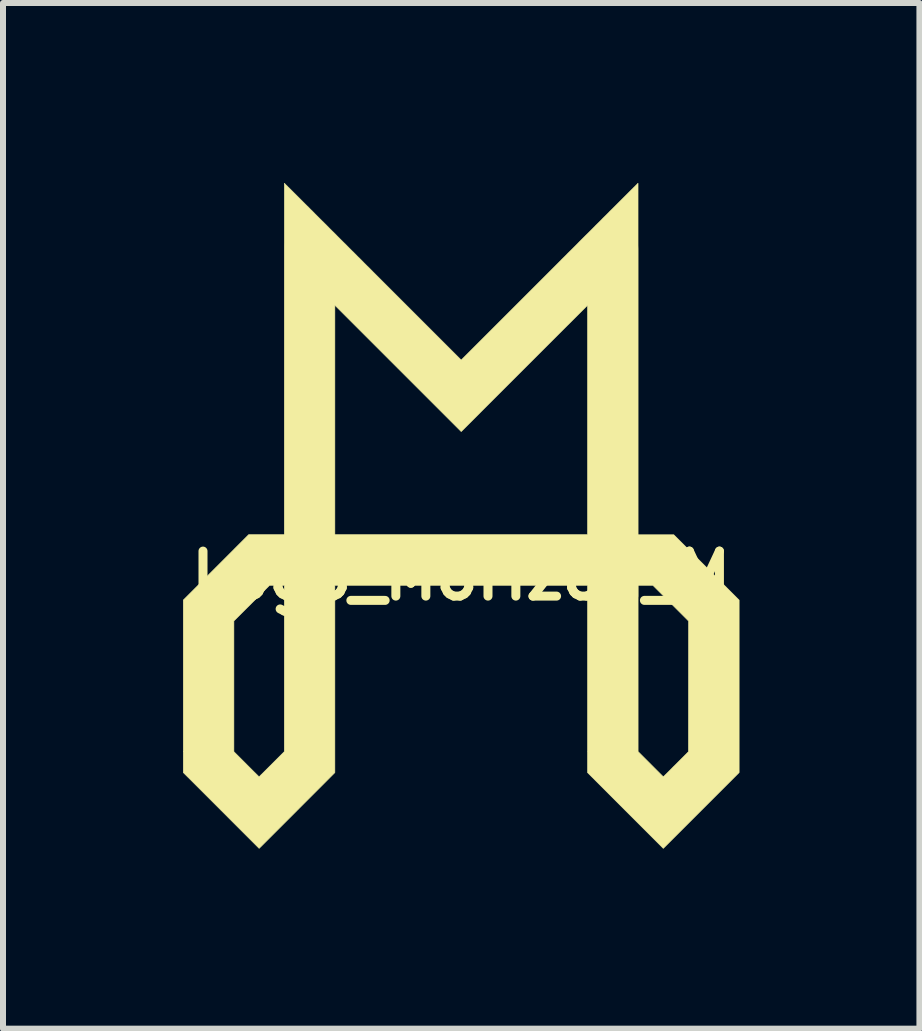
<source format=kicad_pcb>
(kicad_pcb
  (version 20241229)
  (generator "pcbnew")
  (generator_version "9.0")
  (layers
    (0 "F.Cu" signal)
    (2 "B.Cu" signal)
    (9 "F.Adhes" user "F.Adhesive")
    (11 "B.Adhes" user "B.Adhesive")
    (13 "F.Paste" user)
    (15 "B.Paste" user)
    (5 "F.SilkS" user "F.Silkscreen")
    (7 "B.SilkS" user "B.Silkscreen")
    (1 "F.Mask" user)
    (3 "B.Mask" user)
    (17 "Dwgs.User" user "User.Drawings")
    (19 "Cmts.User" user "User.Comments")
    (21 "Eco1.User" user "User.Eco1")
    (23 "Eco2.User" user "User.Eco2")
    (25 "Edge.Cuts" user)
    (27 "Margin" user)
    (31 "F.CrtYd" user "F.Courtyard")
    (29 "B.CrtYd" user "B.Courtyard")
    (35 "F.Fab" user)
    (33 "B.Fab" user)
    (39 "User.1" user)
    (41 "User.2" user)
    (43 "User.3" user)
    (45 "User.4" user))
  (footprint "Logo_Morizon_M"
    (layer "F.Cu")
    (at 4.637 5.546)
    (property "Reference" "Logo_Morizon_M" (at 0 1 0) (layer "F.SilkS") (effects (font (size 0.75 0.75) (thickness 0.15))))
    (attr through_hole)
    (fp_poly (pts (xy 2.947 -5.54) (xy 2.947 -5.536) (xy 2.947 -5.529) (xy 2.947 -5.52) (xy 2.947 -5.509) (xy 2.947 -5.494) (xy 2.947 -5.478) (xy 2.947 -5.459) (xy 2.947 -5.438) (xy 2.947 -5.414) (xy 2.947 -5.388) (xy 2.947 -5.36) (xy 2.947 -5.329) (xy 2.947 -5.297) (xy 2.947 -5.262) (xy 2.947 -5.225) (xy 2.947 -5.186) (xy 2.947 -5.145) (xy 2.947 -5.102) (xy 2.947 -5.057) (xy 2.947 -5.011) (xy 2.947 -4.962) (xy 2.947 -4.912) (xy 2.947 -4.859) (xy 2.947 -4.805) (xy 2.947 -4.75) (xy 2.947 -4.692) (xy 2.947 -4.633) (xy 2.947 -4.572) (xy 2.947 -4.51) (xy 2.948 -4.446) (xy 2.948 -4.381) (xy 2.948 -4.314) (xy 2.948 -4.246) (xy 2.948 -4.177) (xy 2.948 -4.106) (xy 2.948 -4.034) (xy 2.948 -3.96) (xy 2.948 -3.886) (xy 2.948 -3.81) (xy 2.948 -3.733) (xy 2.948 -3.655) (xy 2.948 -3.576) (xy 2.948 -3.496) (xy 2.948 -3.415) (xy 2.948 -3.333) (xy 2.948 -3.25) (xy 2.948 -3.166) (xy 2.948 -3.081) (xy 2.948 -2.996) (xy 2.948 -2.909) (xy 2.948 -2.822) (xy 2.948 -2.735) (xy 2.948 -2.646) (xy 2.948 0.317) (xy 3.543 0.317) (xy 4.088 0.861) (xy 4.632 1.406) (xy 4.632 4.28) (xy 4 4.912) (xy 3.368 5.544) (xy 2.737 4.913) (xy 2.106 4.281) (xy 2.106 1.159) (xy 2.948 1.159) (xy 2.948 3.931) (xy 3.158 4.141) (xy 3.178 4.161) (xy 3.197 4.18) (xy 3.216 4.199) (xy 3.234 4.217) (xy 3.251 4.234) (xy 3.268 4.251) (xy 3.283 4.266) (xy 3.298 4.281) (xy 3.311 4.294) (xy 3.323 4.306) (xy 3.334 4.317) (xy 3.344 4.327) (xy 3.352 4.335) (xy 3.359 4.341) (xy 3.364 4.346) (xy 3.367 4.35) (xy 3.369 4.351) (xy 3.369 4.351) (xy 3.37 4.35) (xy 3.373 4.348) (xy 3.377 4.343) (xy 3.383 4.337) (xy 3.391 4.33) (xy 3.4 4.32) (xy 3.411 4.31) (xy 3.423 4.298) (xy 3.436 4.285) (xy 3.45 4.271) (xy 3.465 4.256) (xy 3.481 4.24) (xy 3.498 4.223) (xy 3.516 4.205) (xy 3.534 4.186) (xy 3.554 4.167) (xy 3.573 4.148) (xy 3.579 4.142) (xy 3.788 3.932) (xy 3.79 1.755) (xy 3.492 1.457) (xy 3.194 1.159) (xy 2.948 1.159) (xy 2.106 1.159) (xy -2.106 1.159) (xy -2.106 4.281) (xy -2.737 4.913) (xy -3.368 5.544) (xy -4 4.912) (xy -4.632 4.28) (xy -4.632 1.753) (xy -3.789 1.753) (xy -3.789 3.932) (xy -3.579 4.142) (xy -3.559 4.162) (xy -3.54 4.181) (xy -3.521 4.2) (xy -3.503 4.218) (xy -3.486 4.235) (xy -3.47 4.251) (xy -3.454 4.267) (xy -3.44 4.281) (xy -3.426 4.294) (xy -3.414 4.307) (xy -3.403 4.317) (xy -3.394 4.327) (xy -3.385 4.335) (xy -3.379 4.342) (xy -3.374 4.347) (xy -3.37 4.35) (xy -3.369 4.351) (xy -3.369 4.351) (xy -3.368 4.35) (xy -3.365 4.348) (xy -3.361 4.343) (xy -3.354 4.337) (xy -3.347 4.33) (xy -3.338 4.32) (xy -3.327 4.31) (xy -3.315 4.298) (xy -3.302 4.285) (xy -3.288 4.271) (xy -3.273 4.256) (xy -3.257 4.24) (xy -3.24 4.223) (xy -3.222 4.205) (xy -3.203 4.186) (xy -3.184 4.167) (xy -3.164 4.148) (xy -3.158 4.141) (xy -2.948 3.931) (xy -2.948 1.159) (xy -3.194 1.159) (xy -3.491 1.456) (xy -3.789 1.753) (xy -4.632 1.753) (xy -4.632 1.406) (xy -3.542 0.315) (xy -2.948 0.315) (xy -2.948 -2.613) (xy -2.948 -2.701) (xy -2.948 -2.789) (xy -2.948 -2.877) (xy -2.948 -2.963) (xy -2.948 -3.049) (xy -2.948 -3.134) (xy -2.948 -3.218) (xy -2.948 -3.301) (xy -2.948 -3.384) (xy -2.948 -3.465) (xy -2.948 -3.509) (xy -2.106 -3.509) (xy -2.106 0.315) (xy 2.106 0.315) (xy 2.106 -3.509) (xy 1.053 -2.456) (xy 0 -1.403) (xy -1.053 -2.456) (xy -2.106 -3.509) (xy -2.948 -3.509) (xy -2.948 -3.546) (xy -2.948 -3.625) (xy -2.948 -3.704) (xy -2.948 -3.781) (xy -2.948 -3.857) (xy -2.948 -3.932) (xy -2.948 -4.006) (xy -2.948 -4.079) (xy -2.948 -4.15) (xy -2.948 -4.22) (xy -2.948 -4.289) (xy -2.948 -4.356) (xy -2.948 -4.422) (xy -2.948 -4.486) (xy -2.947 -4.549) (xy -2.947 -4.61) (xy -2.947 -4.67) (xy -2.947 -4.728) (xy -2.947 -4.784) (xy -2.947 -4.839) (xy -2.947 -4.892) (xy -2.947 -4.943) (xy -2.947 -4.992) (xy -2.947 -5.04) (xy -2.947 -5.086) (xy -2.947 -5.129) (xy -2.947 -5.171) (xy -2.947 -5.211) (xy -2.947 -5.248) (xy -2.947 -5.284) (xy -2.947 -5.317) (xy -2.947 -5.348) (xy -2.947 -5.377) (xy -2.947 -5.404) (xy -2.947 -5.429) (xy -2.947 -5.451) (xy -2.947 -5.471) (xy -2.947 -5.488) (xy -2.947 -5.504) (xy -2.947 -5.516) (xy -2.947 -5.526) (xy -2.947 -5.534) (xy -2.947 -5.539) (xy -2.947 -5.541) (xy -2.947 -5.541) (xy -2.946 -5.54) (xy -2.943 -5.537) (xy -2.938 -5.533) (xy -2.932 -5.526) (xy -2.924 -5.518) (xy -2.914 -5.508) (xy -2.902 -5.497) (xy -2.889 -5.483) (xy -2.874 -5.469) (xy -2.857 -5.452) (xy -2.839 -5.434) (xy -2.819 -5.414) (xy -2.798 -5.393) (xy -2.776 -5.371) (xy -2.752 -5.347) (xy -2.726 -5.321) (xy -2.699 -5.294) (xy -2.671 -5.266) (xy -2.642 -5.237) (xy -2.611 -5.206) (xy -2.579 -5.174) (xy -2.545 -5.141) (xy -2.511 -5.106) (xy -2.475 -5.071) (xy -2.439 -5.034) (xy -2.401 -4.996) (xy -2.362 -4.957) (xy -2.322 -4.917) (xy -2.281 -4.877) (xy -2.239 -4.835) (xy -2.197 -4.792) (xy -2.153 -4.748) (xy -2.108 -4.704) (xy -2.063 -4.658) (xy -2.017 -4.612) (xy -1.97 -4.565) (xy -1.922 -4.518) (xy -1.874 -4.469) (xy -1.825 -4.42) (xy -1.775 -4.371) (xy -1.725 -4.32) (xy -1.674 -4.27) (xy -1.623 -4.218) (xy -1.571 -4.166) (xy -1.518 -4.114) (xy -1.473 -4.068) (xy 0 -2.595) (xy 1.473 -4.068) (xy 1.526 -4.121) (xy 1.578 -4.173) (xy 1.63 -4.225) (xy 1.681 -4.277) (xy 1.732 -4.327) (xy 1.782 -4.378) (xy 1.832 -4.427) (xy 1.881 -4.476) (xy 1.929 -4.524) (xy 1.976 -4.572) (xy 2.023 -4.619) (xy 2.069 -4.665) (xy 2.115 -4.71) (xy 2.159 -4.754) (xy 2.203 -4.798) (xy 2.245 -4.841) (xy 2.287 -4.882) (xy 2.328 -4.923) (xy 2.367 -4.963) (xy 2.406 -5.001) (xy 2.444 -5.039) (xy 2.48 -5.076) (xy 2.516 -5.111) (xy 2.55 -5.145) (xy 2.583 -5.178) (xy 2.615 -5.21) (xy 2.646 -5.241) (xy 2.675 -5.27) (xy 2.703 -5.298) (xy 2.73 -5.325) (xy 2.755 -5.35) (xy 2.779 -5.374) (xy 2.801 -5.396) (xy 2.822 -5.417) (xy 2.842 -5.437) (xy 2.86 -5.454) (xy 2.876 -5.471) (xy 2.891 -5.485) (xy 2.904 -5.498) (xy 2.915 -5.51) (xy 2.925 -5.519) (xy 2.933 -5.527) (xy 2.939 -5.534) (xy 2.943 -5.538) (xy 2.946 -5.541) (xy 2.947 -5.541) (xy 2.947 -5.54)) (stroke (width 0.01) (type solid)) (fill yes) (layer "F.SilkS")))
  (gr_rect
    (start -3 -3)
    (end 12.274 14.095)
    (stroke (width 0.1) (type default))
    (fill no)
    (layer "Edge.Cuts")))
</source>
